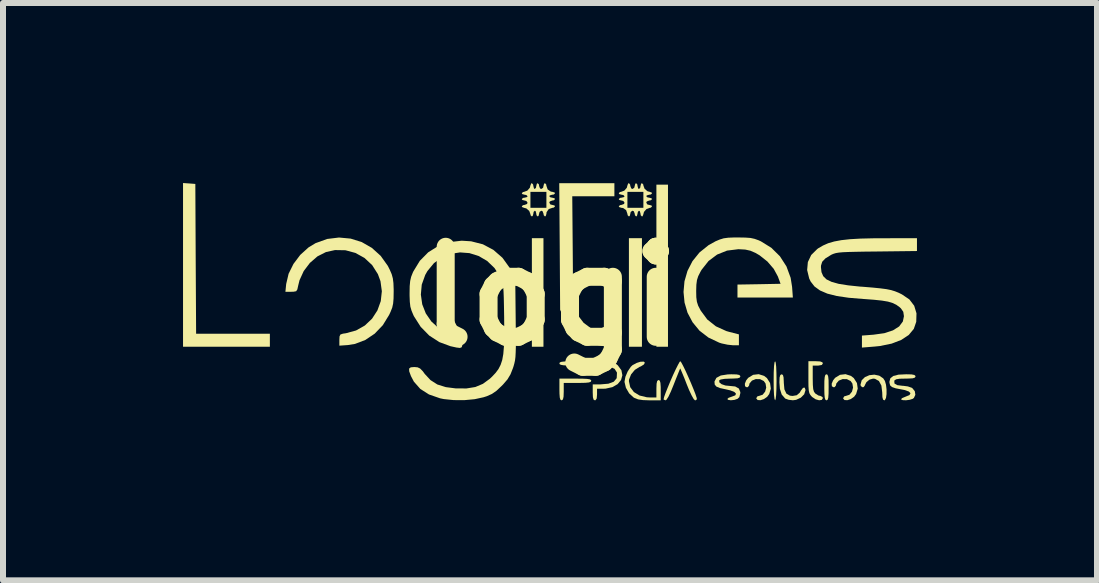
<source format=kicad_pcb>
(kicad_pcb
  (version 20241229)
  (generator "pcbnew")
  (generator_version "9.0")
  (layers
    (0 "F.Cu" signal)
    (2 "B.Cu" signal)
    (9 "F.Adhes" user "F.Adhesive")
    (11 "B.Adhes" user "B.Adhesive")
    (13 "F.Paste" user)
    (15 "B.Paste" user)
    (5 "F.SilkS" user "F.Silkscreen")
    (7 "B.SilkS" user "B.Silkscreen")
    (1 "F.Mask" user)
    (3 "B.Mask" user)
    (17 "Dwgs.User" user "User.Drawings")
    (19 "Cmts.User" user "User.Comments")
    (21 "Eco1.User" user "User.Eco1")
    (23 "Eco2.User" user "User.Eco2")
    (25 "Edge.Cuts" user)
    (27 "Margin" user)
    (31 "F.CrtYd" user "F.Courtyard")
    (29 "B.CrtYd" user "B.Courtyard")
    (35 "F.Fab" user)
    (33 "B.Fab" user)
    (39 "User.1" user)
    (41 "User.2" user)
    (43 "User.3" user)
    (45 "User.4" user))
  (footprint "logi"
    (layer "F.Cu")
    (at 6.127 1.884)
    (property "Reference" "logi" (at 0 0 0) (layer "F.SilkS") (effects (font (size 1.5 1.5) (thickness 0.3))))
    (attr board_only exclude_from_pos_files exclude_from_bom)
    (fp_poly (pts (xy -0.121 -0.06) (xy -0.121 0.844) (xy -0.217 0.844) (xy -0.314 0.844) (xy -0.314 -0.06) (xy -0.314 -0.965) (xy -0.217 -0.965) (xy -0.121 -0.965)) (stroke (width 0) (type solid)) (fill yes) (layer "F.SilkS"))
    (fp_poly (pts (xy 1.52 -0.06) (xy 1.52 0.844) (xy 1.411 0.844) (xy 1.303 0.844) (xy 1.303 -0.06) (xy 1.303 -0.965) (xy 1.411 -0.965) (xy 1.52 -0.965)) (stroke (width 0) (type solid)) (fill yes) (layer "F.SilkS"))
    (fp_poly (pts (xy 1.954 -0.507) (xy 1.954 0.844) (xy 1.857 0.844) (xy 1.761 0.844) (xy 1.761 -0.507) (xy 1.761 -1.857) (xy 1.857 -1.857) (xy 1.954 -1.857)) (stroke (width 0) (type solid)) (fill yes) (layer "F.SilkS"))
    (fp_poly (pts (xy -6.024 -1.877) (xy -5.922 -1.869) (xy -5.916 -0.621) (xy -5.909 0.627) (xy -5.294 0.627) (xy -4.68 0.627) (xy -4.68 0.736) (xy -4.68 0.844) (xy -5.403 0.844) (xy -6.127 0.844) (xy -6.127 -0.52) (xy -6.127 -1.884)) (stroke (width 0) (type solid)) (fill yes) (layer "F.SilkS"))
    (fp_poly (pts (xy 3.749 1.109) (xy 3.757 1.176) (xy 3.761 1.281) (xy 3.763 1.411) (xy 3.761 1.549) (xy 3.756 1.652) (xy 3.748 1.716) (xy 3.739 1.737) (xy 3.729 1.713) (xy 3.721 1.647) (xy 3.716 1.541) (xy 3.715 1.411) (xy 3.716 1.274) (xy 3.721 1.17) (xy 3.729 1.106) (xy 3.739 1.085)) (stroke (width 0) (type solid)) (fill yes) (layer "F.SilkS"))
    (fp_poly (pts (xy 0.529 1.087) (xy 0.607 1.09) (xy 0.652 1.098) (xy 0.672 1.11) (xy 0.675 1.122) (xy 0.668 1.138) (xy 0.64 1.149) (xy 0.584 1.155) (xy 0.493 1.157) (xy 0.41 1.158) (xy 0.291 1.157) (xy 0.213 1.153) (xy 0.168 1.145) (xy 0.148 1.133) (xy 0.145 1.122) (xy 0.152 1.105) (xy 0.18 1.095) (xy 0.236 1.089) (xy 0.327 1.086) (xy 0.41 1.085)) (stroke (width 0) (type solid)) (fill yes) (layer "F.SilkS"))
    (fp_poly (pts (xy 4.613 1.311) (xy 4.624 1.342) (xy 4.63 1.403) (xy 4.631 1.504) (xy 4.631 1.52) (xy 4.63 1.626) (xy 4.625 1.692) (xy 4.615 1.726) (xy 4.598 1.737) (xy 4.595 1.737) (xy 4.578 1.728) (xy 4.567 1.697) (xy 4.561 1.636) (xy 4.559 1.535) (xy 4.559 1.52) (xy 4.56 1.414) (xy 4.566 1.348) (xy 4.576 1.314) (xy 4.593 1.303) (xy 4.595 1.303)) (stroke (width 0) (type solid)) (fill yes) (layer "F.SilkS"))
    (fp_poly (pts (xy 0.529 1.376) (xy 0.607 1.38) (xy 0.652 1.387) (xy 0.672 1.4) (xy 0.675 1.411) (xy 0.667 1.428) (xy 0.637 1.439) (xy 0.577 1.445) (xy 0.479 1.447) (xy 0.446 1.447) (xy 0.217 1.447) (xy 0.217 1.592) (xy 0.214 1.676) (xy 0.204 1.721) (xy 0.185 1.736) (xy 0.181 1.737) (xy 0.162 1.727) (xy 0.151 1.693) (xy 0.146 1.625) (xy 0.145 1.556) (xy 0.145 1.375) (xy 0.41 1.375)) (stroke (width 0) (type solid)) (fill yes) (layer "F.SilkS"))
    (fp_poly (pts (xy 1.061 -1.773) (xy 1.061 -1.664) (xy 0.71 -1.664) (xy 0.359 -1.664) (xy 0.367 -0.742) (xy 0.374 0.181) (xy 0.448 0.314) (xy 0.549 0.446) (xy 0.682 0.544) (xy 0.84 0.604) (xy 0.92 0.617) (xy 1.061 0.633) (xy 1.061 0.739) (xy 1.061 0.844) (xy 0.971 0.842) (xy 0.892 0.835) (xy 0.797 0.819) (xy 0.757 0.81) (xy 0.575 0.745) (xy 0.425 0.645) (xy 0.302 0.507) (xy 0.219 0.362) (xy 0.157 0.229) (xy 0.15 -0.826) (xy 0.142 -1.881) (xy 0.602 -1.881) (xy 1.061 -1.881)) (stroke (width 0) (type solid)) (fill yes) (layer "F.SilkS"))
    (fp_poly (pts (xy 5.474 1.326) (xy 5.54 1.37) (xy 5.569 1.414) (xy 5.587 1.477) (xy 5.596 1.555) (xy 5.596 1.633) (xy 5.587 1.697) (xy 5.569 1.733) (xy 5.56 1.737) (xy 5.538 1.725) (xy 5.527 1.683) (xy 5.524 1.604) (xy 5.51 1.491) (xy 5.469 1.415) (xy 5.403 1.378) (xy 5.371 1.375) (xy 5.312 1.392) (xy 5.261 1.434) (xy 5.235 1.484) (xy 5.234 1.491) (xy 5.215 1.516) (xy 5.198 1.52) (xy 5.168 1.5) (xy 5.162 1.477) (xy 5.182 1.403) (xy 5.236 1.35) (xy 5.31 1.318) (xy 5.393 1.309)) (stroke (width 0) (type solid)) (fill yes) (layer "F.SilkS"))
    (fp_poly (pts (xy 3.869 1.314) (xy 3.88 1.354) (xy 3.884 1.432) (xy 3.884 1.444) (xy 3.894 1.554) (xy 3.927 1.625) (xy 3.986 1.659) (xy 4.03 1.664) (xy 4.1 1.652) (xy 4.149 1.61) (xy 4.17 1.574) (xy 4.204 1.529) (xy 4.232 1.525) (xy 4.245 1.561) (xy 4.245 1.569) (xy 4.224 1.636) (xy 4.167 1.693) (xy 4.089 1.729) (xy 4.035 1.736) (xy 3.965 1.728) (xy 3.911 1.709) (xy 3.906 1.706) (xy 3.849 1.64) (xy 3.819 1.546) (xy 3.811 1.437) (xy 3.814 1.356) (xy 3.826 1.315) (xy 3.847 1.303) (xy 3.847 1.303)) (stroke (width 0) (type solid)) (fill yes) (layer "F.SilkS"))
    (fp_poly (pts (xy 4.49 1.089) (xy 4.527 1.103) (xy 4.535 1.122) (xy 4.517 1.148) (xy 4.458 1.158) (xy 4.45 1.158) (xy 4.366 1.158) (xy 4.366 1.371) (xy 4.368 1.479) (xy 4.374 1.55) (xy 4.387 1.594) (xy 4.409 1.623) (xy 4.41 1.624) (xy 4.46 1.656) (xy 4.495 1.664) (xy 4.529 1.682) (xy 4.535 1.701) (xy 4.517 1.73) (xy 4.472 1.736) (xy 4.415 1.72) (xy 4.359 1.683) (xy 4.353 1.678) (xy 4.327 1.648) (xy 4.31 1.617) (xy 4.3 1.572) (xy 4.295 1.503) (xy 4.294 1.4) (xy 4.294 1.352) (xy 4.294 1.085) (xy 4.414 1.085)) (stroke (width 0) (type solid)) (fill yes) (layer "F.SilkS"))
    (fp_poly (pts (xy 3.557 1.331) (xy 3.603 1.366) (xy 3.655 1.449) (xy 3.668 1.542) (xy 3.641 1.632) (xy 3.607 1.678) (xy 3.553 1.716) (xy 3.495 1.735) (xy 3.448 1.732) (xy 3.426 1.706) (xy 3.425 1.701) (xy 3.445 1.67) (xy 3.47 1.664) (xy 3.531 1.644) (xy 3.573 1.592) (xy 3.591 1.525) (xy 3.58 1.457) (xy 3.55 1.415) (xy 3.488 1.384) (xy 3.417 1.383) (xy 3.354 1.408) (xy 3.313 1.455) (xy 3.305 1.491) (xy 3.285 1.516) (xy 3.268 1.52) (xy 3.238 1.503) (xy 3.235 1.46) (xy 3.257 1.405) (xy 3.291 1.362) (xy 3.373 1.312) (xy 3.466 1.301)) (stroke (width 0) (type solid)) (fill yes) (layer "F.SilkS"))
    (fp_poly (pts (xy 5.004 1.331) (xy 5.05 1.366) (xy 5.103 1.449) (xy 5.116 1.542) (xy 5.089 1.632) (xy 5.055 1.678) (xy 5 1.716) (xy 4.942 1.735) (xy 4.895 1.732) (xy 4.873 1.706) (xy 4.873 1.701) (xy 4.892 1.67) (xy 4.917 1.664) (xy 4.978 1.644) (xy 5.02 1.592) (xy 5.038 1.525) (xy 5.027 1.457) (xy 4.997 1.415) (xy 4.935 1.384) (xy 4.865 1.383) (xy 4.801 1.408) (xy 4.76 1.455) (xy 4.752 1.491) (xy 4.732 1.516) (xy 4.716 1.52) (xy 4.685 1.503) (xy 4.682 1.46) (xy 4.705 1.405) (xy 4.739 1.362) (xy 4.82 1.312) (xy 4.913 1.301)) (stroke (width 0) (type solid)) (fill yes) (layer "F.SilkS"))
    (fp_poly (pts (xy 0.879 1.089) (xy 0.98 1.097) (xy 1.047 1.111) (xy 1.094 1.134) (xy 1.118 1.154) (xy 1.178 1.236) (xy 1.194 1.319) (xy 1.172 1.398) (xy 1.115 1.467) (xy 1.028 1.517) (xy 0.916 1.542) (xy 0.874 1.544) (xy 0.772 1.544) (xy 0.772 1.64) (xy 0.766 1.707) (xy 0.746 1.735) (xy 0.736 1.737) (xy 0.714 1.725) (xy 0.703 1.683) (xy 0.7 1.604) (xy 0.7 1.471) (xy 0.831 1.471) (xy 0.961 1.46) (xy 1.05 1.427) (xy 1.096 1.373) (xy 1.1 1.36) (xy 1.104 1.275) (xy 1.065 1.213) (xy 0.984 1.174) (xy 0.861 1.158) (xy 0.831 1.158) (xy 0.753 1.155) (xy 0.712 1.144) (xy 0.7 1.123) (xy 0.7 1.119) (xy 0.706 1.099) (xy 0.733 1.089) (xy 0.789 1.086)) (stroke (width 0) (type solid)) (fill yes) (layer "F.SilkS"))
    (fp_poly (pts (xy 2.176 1.106) (xy 2.206 1.162) (xy 2.246 1.244) (xy 2.29 1.341) (xy 2.335 1.444) (xy 2.376 1.543) (xy 2.41 1.629) (xy 2.431 1.692) (xy 2.436 1.719) (xy 2.417 1.735) (xy 2.404 1.737) (xy 2.382 1.715) (xy 2.348 1.655) (xy 2.305 1.564) (xy 2.267 1.471) (xy 2.227 1.368) (xy 2.192 1.284) (xy 2.168 1.227) (xy 2.158 1.206) (xy 2.148 1.227) (xy 2.125 1.285) (xy 2.091 1.369) (xy 2.051 1.471) (xy 2.002 1.591) (xy 1.961 1.678) (xy 1.929 1.727) (xy 1.915 1.737) (xy 1.885 1.726) (xy 1.881 1.719) (xy 1.89 1.68) (xy 1.915 1.611) (xy 1.951 1.521) (xy 1.993 1.42) (xy 2.038 1.317) (xy 2.082 1.223) (xy 2.12 1.147) (xy 2.147 1.098) (xy 2.159 1.085)) (stroke (width 0) (type solid)) (fill yes) (layer "F.SilkS"))
    (fp_poly (pts (xy 1.569 1.11) (xy 1.552 1.14) (xy 1.501 1.172) (xy 1.482 1.179) (xy 1.402 1.229) (xy 1.339 1.305) (xy 1.305 1.391) (xy 1.303 1.418) (xy 1.325 1.518) (xy 1.386 1.599) (xy 1.481 1.657) (xy 1.601 1.686) (xy 1.65 1.689) (xy 1.761 1.689) (xy 1.761 1.544) (xy 1.764 1.46) (xy 1.774 1.415) (xy 1.793 1.399) (xy 1.797 1.399) (xy 1.817 1.409) (xy 1.828 1.445) (xy 1.833 1.515) (xy 1.833 1.568) (xy 1.833 1.737) (xy 1.646 1.737) (xy 1.535 1.733) (xy 1.456 1.721) (xy 1.395 1.697) (xy 1.38 1.688) (xy 1.307 1.621) (xy 1.253 1.528) (xy 1.23 1.432) (xy 1.23 1.424) (xy 1.245 1.344) (xy 1.283 1.255) (xy 1.334 1.179) (xy 1.363 1.151) (xy 1.432 1.114) (xy 1.495 1.094) (xy 1.551 1.092)) (stroke (width 0) (type solid)) (fill yes) (layer "F.SilkS"))
    (fp_poly (pts (xy 3.095 1.305) (xy 3.142 1.314) (xy 3.159 1.332) (xy 3.16 1.339) (xy 3.15 1.358) (xy 3.114 1.37) (xy 3.043 1.374) (xy 2.992 1.375) (xy 2.897 1.379) (xy 2.832 1.39) (xy 2.808 1.403) (xy 2.809 1.437) (xy 2.847 1.468) (xy 2.911 1.49) (xy 2.973 1.496) (xy 3.074 1.506) (xy 3.135 1.54) (xy 3.159 1.598) (xy 3.16 1.616) (xy 3.143 1.684) (xy 3.113 1.712) (xy 3.06 1.73) (xy 3.001 1.736) (xy 2.957 1.729) (xy 2.943 1.715) (xy 2.964 1.695) (xy 3.014 1.677) (xy 3.017 1.676) (xy 3.075 1.654) (xy 3.088 1.627) (xy 3.06 1.598) (xy 2.993 1.571) (xy 2.924 1.555) (xy 2.822 1.533) (xy 2.761 1.508) (xy 2.733 1.475) (xy 2.729 1.429) (xy 2.73 1.421) (xy 2.761 1.362) (xy 2.834 1.323) (xy 2.95 1.305) (xy 3.009 1.303)) (stroke (width 0) (type solid)) (fill yes) (layer "F.SilkS"))
    (fp_poly (pts (xy 6.011 1.305) (xy 6.059 1.314) (xy 6.078 1.331) (xy 6.079 1.339) (xy 6.069 1.358) (xy 6.033 1.37) (xy 5.963 1.374) (xy 5.909 1.375) (xy 5.815 1.377) (xy 5.758 1.386) (xy 5.73 1.403) (xy 5.725 1.414) (xy 5.728 1.457) (xy 5.775 1.484) (xy 5.864 1.495) (xy 5.874 1.495) (xy 5.951 1.505) (xy 6.017 1.528) (xy 6.025 1.533) (xy 6.067 1.585) (xy 6.076 1.645) (xy 6.052 1.697) (xy 6.032 1.712) (xy 5.982 1.728) (xy 5.921 1.736) (xy 5.867 1.734) (xy 5.839 1.722) (xy 5.837 1.718) (xy 5.858 1.699) (xy 5.908 1.678) (xy 5.916 1.675) (xy 5.979 1.648) (xy 5.995 1.618) (xy 5.967 1.59) (xy 5.896 1.565) (xy 5.849 1.556) (xy 5.749 1.537) (xy 5.688 1.516) (xy 5.656 1.488) (xy 5.645 1.446) (xy 5.644 1.426) (xy 5.66 1.369) (xy 5.709 1.331) (xy 5.795 1.309) (xy 5.923 1.303)) (stroke (width 0) (type solid)) (fill yes) (layer "F.SilkS"))
    (fp_poly (pts (xy -3.334 -0.958) (xy -3.149 -0.9) (xy -2.98 -0.803) (xy -2.833 -0.67) (xy -2.714 -0.503) (xy -2.682 -0.439) (xy -2.65 -0.365) (xy -2.631 -0.296) (xy -2.621 -0.217) (xy -2.617 -0.112) (xy -2.617 -0.072) (xy -2.619 0.041) (xy -2.626 0.124) (xy -2.641 0.192) (xy -2.669 0.263) (xy -2.693 0.314) (xy -2.798 0.485) (xy -2.933 0.626) (xy -3.089 0.731) (xy -3.262 0.797) (xy -3.381 0.816) (xy -3.522 0.826) (xy -3.522 0.73) (xy -3.519 0.671) (xy -3.504 0.64) (xy -3.462 0.626) (xy -3.413 0.619) (xy -3.244 0.573) (xy -3.097 0.49) (xy -2.977 0.376) (xy -2.888 0.239) (xy -2.832 0.084) (xy -2.814 -0.081) (xy -2.837 -0.249) (xy -2.88 -0.366) (xy -2.976 -0.517) (xy -3.104 -0.636) (xy -3.254 -0.719) (xy -3.42 -0.764) (xy -3.595 -0.767) (xy -3.745 -0.734) (xy -3.887 -0.662) (xy -4.013 -0.553) (xy -4.116 -0.417) (xy -4.186 -0.264) (xy -4.208 -0.175) (xy -4.222 -0.111) (xy -4.242 -0.081) (xy -4.286 -0.073) (xy -4.323 -0.072) (xy -4.421 -0.072) (xy -4.408 -0.202) (xy -4.368 -0.372) (xy -4.287 -0.536) (xy -4.174 -0.686) (xy -4.036 -0.811) (xy -3.919 -0.882) (xy -3.725 -0.952) (xy -3.528 -0.976)) (stroke (width 0) (type solid)) (fill yes) (layer "F.SilkS"))
    (fp_poly (pts (xy 3.242 -0.975) (xy 3.328 -0.969) (xy 3.397 -0.954) (xy 3.464 -0.93) (xy 3.503 -0.912) (xy 3.676 -0.805) (xy 3.819 -0.664) (xy 3.928 -0.495) (xy 3.998 -0.305) (xy 4.022 -0.154) (xy 4.035 0.024) (xy 3.573 0.024) (xy 3.112 0.024) (xy 3.112 -0.084) (xy 3.112 -0.192) (xy 3.471 -0.198) (xy 3.83 -0.205) (xy 3.785 -0.327) (xy 3.716 -0.454) (xy 3.611 -0.576) (xy 3.481 -0.679) (xy 3.413 -0.719) (xy 3.328 -0.756) (xy 3.243 -0.775) (xy 3.136 -0.781) (xy 3.124 -0.781) (xy 2.938 -0.758) (xy 2.773 -0.692) (xy 2.63 -0.585) (xy 2.514 -0.438) (xy 2.496 -0.407) (xy 2.458 -0.332) (xy 2.437 -0.267) (xy 2.427 -0.19) (xy 2.424 -0.085) (xy 2.424 -0.084) (xy 2.426 0.02) (xy 2.436 0.095) (xy 2.457 0.16) (xy 2.495 0.233) (xy 2.499 0.241) (xy 2.609 0.39) (xy 2.753 0.504) (xy 2.927 0.583) (xy 2.973 0.596) (xy 3.136 0.638) (xy 3.136 0.729) (xy 3.136 0.82) (xy 3.033 0.819) (xy 2.948 0.81) (xy 2.849 0.789) (xy 2.808 0.776) (xy 2.628 0.691) (xy 2.479 0.576) (xy 2.364 0.436) (xy 2.28 0.278) (xy 2.23 0.108) (xy 2.213 -0.069) (xy 2.229 -0.247) (xy 2.279 -0.42) (xy 2.362 -0.582) (xy 2.479 -0.727) (xy 2.631 -0.849) (xy 2.746 -0.913) (xy 2.817 -0.943) (xy 2.883 -0.963) (xy 2.958 -0.973) (xy 3.059 -0.977) (xy 3.124 -0.977)) (stroke (width 0) (type solid)) (fill yes) (layer "F.SilkS"))
    (fp_poly (pts (xy 6.103 -0.858) (xy 6.103 -0.751) (xy 5.433 -0.743) (xy 5.235 -0.741) (xy 5.079 -0.738) (xy 4.959 -0.735) (xy 4.868 -0.731) (xy 4.802 -0.725) (xy 4.753 -0.717) (xy 4.716 -0.706) (xy 4.684 -0.693) (xy 4.666 -0.683) (xy 4.576 -0.627) (xy 4.524 -0.572) (xy 4.504 -0.508) (xy 4.503 -0.481) (xy 4.512 -0.399) (xy 4.541 -0.332) (xy 4.596 -0.278) (xy 4.681 -0.237) (xy 4.799 -0.204) (xy 4.957 -0.179) (xy 5.157 -0.158) (xy 5.193 -0.156) (xy 5.363 -0.142) (xy 5.493 -0.129) (xy 5.593 -0.116) (xy 5.672 -0.1) (xy 5.737 -0.08) (xy 5.799 -0.055) (xy 5.853 -0.028) (xy 5.977 0.056) (xy 6.057 0.161) (xy 6.095 0.287) (xy 6.091 0.429) (xy 6.05 0.547) (xy 5.966 0.648) (xy 5.842 0.73) (xy 5.681 0.792) (xy 5.486 0.832) (xy 5.397 0.841) (xy 5.186 0.858) (xy 5.186 0.758) (xy 5.186 0.658) (xy 5.38 0.643) (xy 5.56 0.618) (xy 5.703 0.571) (xy 5.806 0.506) (xy 5.868 0.423) (xy 5.886 0.335) (xy 5.875 0.262) (xy 5.835 0.204) (xy 5.813 0.184) (xy 5.759 0.145) (xy 5.697 0.115) (xy 5.62 0.092) (xy 5.519 0.075) (xy 5.386 0.061) (xy 5.212 0.048) (xy 5.209 0.048) (xy 4.967 0.028) (xy 4.769 -0.001) (xy 4.61 -0.041) (xy 4.487 -0.094) (xy 4.396 -0.16) (xy 4.332 -0.242) (xy 4.307 -0.294) (xy 4.273 -0.434) (xy 4.285 -0.567) (xy 4.341 -0.685) (xy 4.44 -0.783) (xy 4.457 -0.796) (xy 4.538 -0.843) (xy 4.624 -0.881) (xy 4.724 -0.91) (xy 4.842 -0.932) (xy 4.986 -0.948) (xy 5.16 -0.958) (xy 5.371 -0.963) (xy 5.578 -0.964) (xy 6.103 -0.965)) (stroke (width 0) (type solid)) (fill yes) (layer "F.SilkS"))
    (fp_poly (pts (xy -0.076 -1.862) (xy -0.072 -1.838) (xy -0.051 -1.777) (xy 0.002 -1.741) (xy 0.029 -1.737) (xy 0.065 -1.726) (xy 0.072 -1.713) (xy 0.052 -1.693) (xy 0.024 -1.689) (xy -0.015 -1.678) (xy -0.024 -1.664) (xy -0.004 -1.645) (xy 0.024 -1.64) (xy 0.063 -1.63) (xy 0.072 -1.616) (xy 0.052 -1.597) (xy 0.024 -1.592) (xy -0.015 -1.577) (xy -0.024 -1.556) (xy -0.004 -1.526) (xy 0.024 -1.52) (xy 0.063 -1.51) (xy 0.072 -1.496) (xy 0.052 -1.475) (xy 0.029 -1.471) (xy -0.033 -1.45) (xy -0.069 -1.398) (xy -0.072 -1.37) (xy -0.083 -1.334) (xy -0.096 -1.327) (xy -0.116 -1.347) (xy -0.121 -1.375) (xy -0.136 -1.414) (xy -0.157 -1.423) (xy -0.186 -1.403) (xy -0.193 -1.375) (xy -0.203 -1.336) (xy -0.217 -1.327) (xy -0.237 -1.347) (xy -0.241 -1.375) (xy -0.251 -1.414) (xy -0.265 -1.423) (xy -0.285 -1.403) (xy -0.289 -1.375) (xy -0.3 -1.336) (xy -0.314 -1.327) (xy -0.335 -1.346) (xy -0.338 -1.365) (xy -0.358 -1.419) (xy -0.406 -1.461) (xy -0.445 -1.471) (xy -0.478 -1.484) (xy -0.482 -1.496) (xy -0.462 -1.515) (xy -0.434 -1.52) (xy -0.395 -1.535) (xy -0.386 -1.556) (xy -0.406 -1.585) (xy -0.434 -1.592) (xy -0.473 -1.602) (xy -0.475 -1.604) (xy -0.338 -1.604) (xy -0.338 -1.471) (xy -0.205 -1.471) (xy -0.072 -1.471) (xy -0.072 -1.604) (xy -0.072 -1.737) (xy -0.205 -1.737) (xy -0.338 -1.737) (xy -0.338 -1.604) (xy -0.475 -1.604) (xy -0.482 -1.616) (xy -0.462 -1.636) (xy -0.434 -1.64) (xy -0.395 -1.65) (xy -0.386 -1.664) (xy -0.406 -1.684) (xy -0.434 -1.689) (xy -0.473 -1.699) (xy -0.482 -1.713) (xy -0.463 -1.734) (xy -0.445 -1.737) (xy -0.39 -1.757) (xy -0.348 -1.805) (xy -0.338 -1.844) (xy -0.325 -1.877) (xy -0.314 -1.881) (xy -0.294 -1.861) (xy -0.289 -1.833) (xy -0.279 -1.794) (xy -0.265 -1.785) (xy -0.246 -1.805) (xy -0.241 -1.833) (xy -0.231 -1.872) (xy -0.217 -1.881) (xy -0.197 -1.861) (xy -0.193 -1.833) (xy -0.178 -1.794) (xy -0.157 -1.785) (xy -0.127 -1.805) (xy -0.121 -1.833) (xy -0.111 -1.872) (xy -0.096 -1.881)) (stroke (width 0) (type solid)) (fill yes) (layer "F.SilkS"))
    (fp_poly (pts (xy 1.541 -1.862) (xy 1.544 -1.844) (xy 1.564 -1.789) (xy 1.612 -1.747) (xy 1.651 -1.737) (xy 1.684 -1.724) (xy 1.689 -1.713) (xy 1.668 -1.693) (xy 1.64 -1.689) (xy 1.601 -1.678) (xy 1.592 -1.664) (xy 1.612 -1.645) (xy 1.64 -1.64) (xy 1.679 -1.63) (xy 1.689 -1.616) (xy 1.668 -1.597) (xy 1.64 -1.592) (xy 1.601 -1.577) (xy 1.592 -1.556) (xy 1.612 -1.526) (xy 1.64 -1.52) (xy 1.679 -1.51) (xy 1.689 -1.496) (xy 1.669 -1.474) (xy 1.651 -1.471) (xy 1.596 -1.451) (xy 1.554 -1.403) (xy 1.544 -1.365) (xy 1.531 -1.331) (xy 1.52 -1.327) (xy 1.5 -1.347) (xy 1.496 -1.375) (xy 1.485 -1.414) (xy 1.471 -1.423) (xy 1.452 -1.403) (xy 1.447 -1.375) (xy 1.437 -1.336) (xy 1.423 -1.327) (xy 1.404 -1.347) (xy 1.399 -1.375) (xy 1.384 -1.414) (xy 1.363 -1.423) (xy 1.333 -1.403) (xy 1.327 -1.375) (xy 1.317 -1.336) (xy 1.303 -1.327) (xy 1.282 -1.347) (xy 1.278 -1.37) (xy 1.257 -1.432) (xy 1.205 -1.468) (xy 1.177 -1.471) (xy 1.141 -1.483) (xy 1.134 -1.496) (xy 1.154 -1.515) (xy 1.182 -1.52) (xy 1.221 -1.535) (xy 1.23 -1.556) (xy 1.21 -1.585) (xy 1.182 -1.592) (xy 1.143 -1.602) (xy 1.141 -1.604) (xy 1.278 -1.604) (xy 1.278 -1.471) (xy 1.411 -1.471) (xy 1.544 -1.471) (xy 1.544 -1.604) (xy 1.544 -1.737) (xy 1.411 -1.737) (xy 1.278 -1.737) (xy 1.278 -1.604) (xy 1.141 -1.604) (xy 1.134 -1.616) (xy 1.154 -1.636) (xy 1.182 -1.64) (xy 1.221 -1.65) (xy 1.23 -1.664) (xy 1.21 -1.684) (xy 1.182 -1.689) (xy 1.143 -1.699) (xy 1.134 -1.713) (xy 1.153 -1.734) (xy 1.172 -1.737) (xy 1.226 -1.757) (xy 1.268 -1.805) (xy 1.278 -1.844) (xy 1.291 -1.877) (xy 1.303 -1.881) (xy 1.322 -1.861) (xy 1.327 -1.833) (xy 1.342 -1.794) (xy 1.363 -1.785) (xy 1.392 -1.805) (xy 1.399 -1.833) (xy 1.409 -1.872) (xy 1.423 -1.881) (xy 1.443 -1.861) (xy 1.447 -1.833) (xy 1.457 -1.794) (xy 1.471 -1.785) (xy 1.491 -1.805) (xy 1.496 -1.833) (xy 1.506 -1.872) (xy 1.52 -1.881)) (stroke (width 0) (type solid)) (fill yes) (layer "F.SilkS"))
    (fp_poly (pts (xy -1.326 -0.913) (xy -1.13 -0.863) (xy -0.955 -0.77) (xy -0.804 -0.638) (xy -0.683 -0.47) (xy -0.673 -0.453) (xy -0.591 -0.302) (xy -0.584 0.37) (xy -0.582 0.569) (xy -0.581 0.726) (xy -0.581 0.848) (xy -0.584 0.943) (xy -0.588 1.015) (xy -0.595 1.072) (xy -0.606 1.122) (xy -0.619 1.169) (xy -0.63 1.202) (xy -0.67 1.303) (xy -0.72 1.387) (xy -0.794 1.473) (xy -0.82 1.499) (xy -0.904 1.578) (xy -0.979 1.63) (xy -1.064 1.668) (xy -1.12 1.686) (xy -1.267 1.718) (xy -1.44 1.734) (xy -1.618 1.733) (xy -1.783 1.716) (xy -1.845 1.703) (xy -2.029 1.639) (xy -2.173 1.547) (xy -2.28 1.426) (xy -2.329 1.333) (xy -2.358 1.254) (xy -2.36 1.208) (xy -2.332 1.187) (xy -2.273 1.182) (xy -2.218 1.187) (xy -2.176 1.207) (xy -2.131 1.253) (xy -2.099 1.297) (xy -2.003 1.4) (xy -1.889 1.473) (xy -1.748 1.517) (xy -1.584 1.538) (xy -1.404 1.539) (xy -1.256 1.515) (xy -1.13 1.462) (xy -1.015 1.378) (xy -0.978 1.343) (xy -0.918 1.279) (xy -0.871 1.216) (xy -0.835 1.146) (xy -0.808 1.065) (xy -0.79 0.965) (xy -0.78 0.84) (xy -0.775 0.683) (xy -0.775 0.489) (xy -0.776 0.35) (xy -0.779 0.17) (xy -0.782 0.032) (xy -0.786 -0.072) (xy -0.792 -0.149) (xy -0.8 -0.206) (xy -0.811 -0.25) (xy -0.826 -0.289) (xy -0.839 -0.316) (xy -0.937 -0.468) (xy -1.06 -0.586) (xy -1.201 -0.668) (xy -1.354 -0.716) (xy -1.511 -0.728) (xy -1.667 -0.704) (xy -1.813 -0.645) (xy -1.945 -0.55) (xy -2.054 -0.418) (xy -2.091 -0.353) (xy -2.149 -0.191) (xy -2.164 -0.025) (xy -2.141 0.137) (xy -2.082 0.288) (xy -1.99 0.422) (xy -1.871 0.53) (xy -1.726 0.607) (xy -1.586 0.642) (xy -1.471 0.657) (xy -1.471 0.763) (xy -1.473 0.82) (xy -1.484 0.853) (xy -1.513 0.864) (xy -1.571 0.857) (xy -1.666 0.836) (xy -1.668 0.836) (xy -1.855 0.767) (xy -2.024 0.658) (xy -2.167 0.512) (xy -2.279 0.336) (xy -2.288 0.318) (xy -2.319 0.244) (xy -2.339 0.175) (xy -2.348 0.096) (xy -2.352 -0.01) (xy -2.352 -0.048) (xy -2.35 -0.165) (xy -2.342 -0.251) (xy -2.326 -0.321) (xy -2.298 -0.392) (xy -2.288 -0.413) (xy -2.181 -0.588) (xy -2.042 -0.729) (xy -1.877 -0.833) (xy -1.689 -0.899) (xy -1.484 -0.923)) (stroke (width 0) (type solid)) (fill yes) (layer "F.SilkS")))
  (gr_rect
    (start -3 -3)
    (end 15.23 6.621)
    (stroke (width 0.1) (type default))
    (fill no)
    (layer "Edge.Cuts")))
</source>
